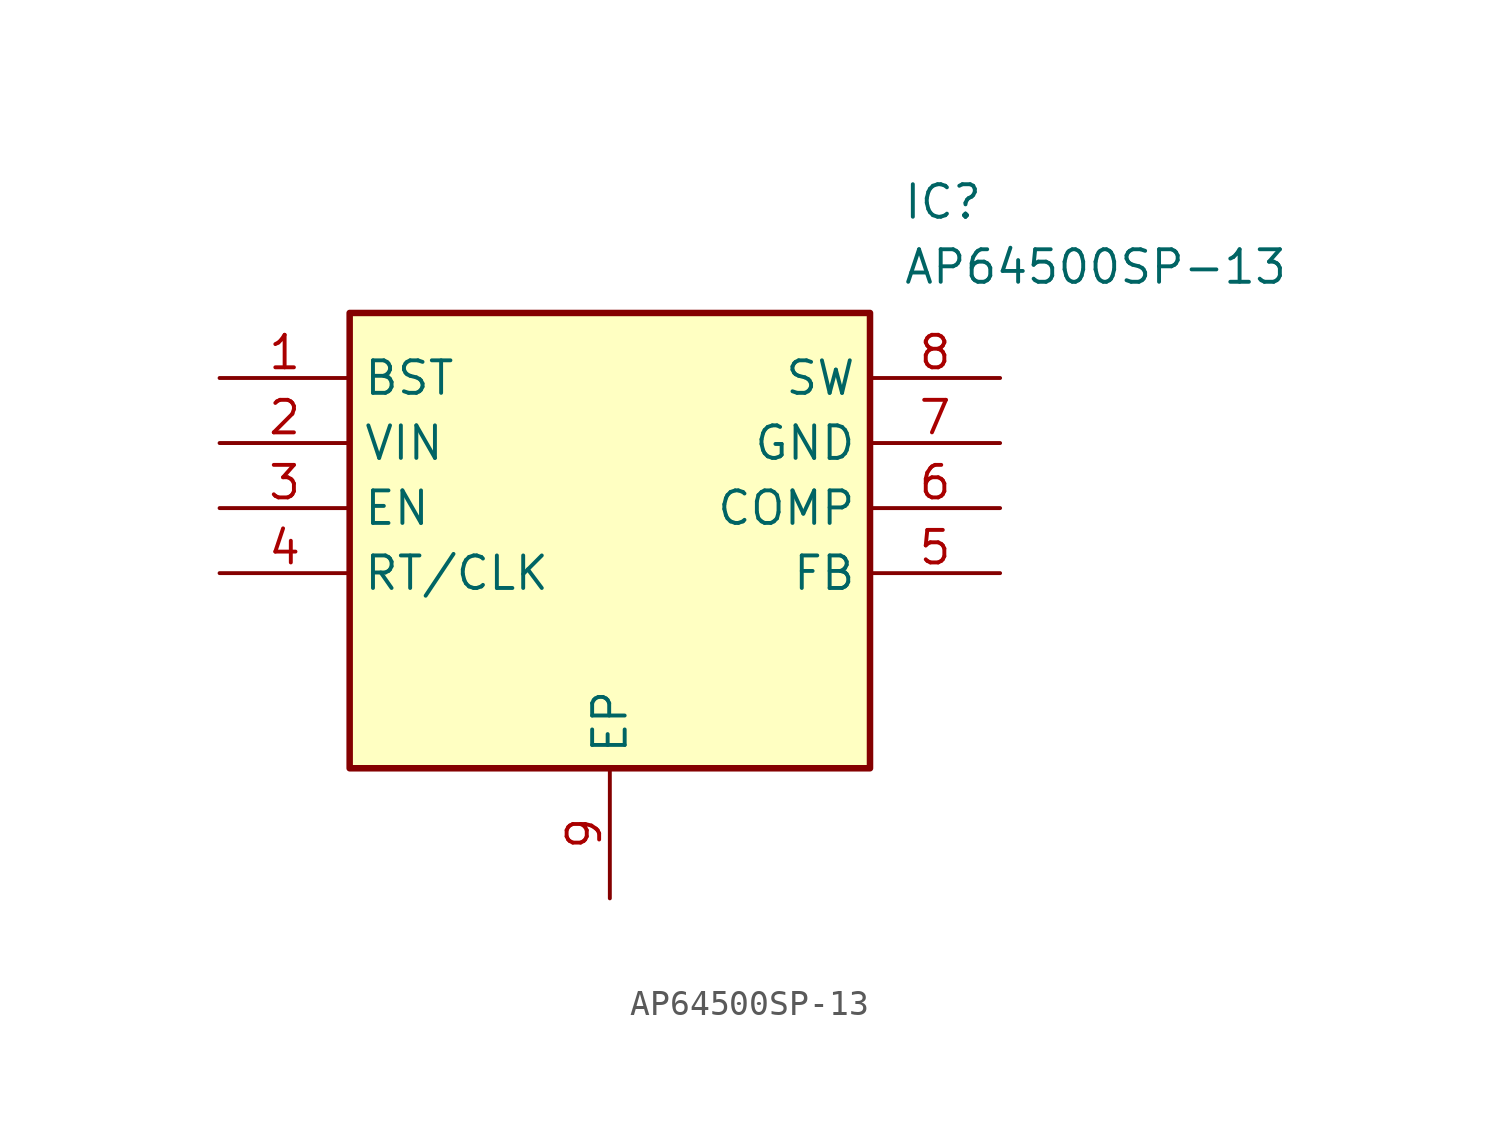
<source format=kicad_sym>
(kicad_symbol_lib
  (version 20211014)
  (generator SamacSys_ECAD_Model)
  (symbol "AP64500SP-13"
    (property "Reference" "IC"
      (at 26.67 7.62 0)
      (effects (font (size 1.27 1.27)) (justify left top)))
    (property "Value" "AP64500SP-13"
      (at 26.67 5.08 0)
      (effects (font (size 1.27 1.27)) (justify left top)))
    (rectangle
      (start 5.08 2.54)
      (end 25.4 -15.24)
      (stroke (width 0.254) (type default))
      (fill (type background)))
    (pin passive line
      (at 0 0 0)
      (length 5.08)
      (name "BST" (effects (font (size 1.27 1.27))))
      (number "1" (effects (font (size 1.27 1.27)))))
    (pin passive line
      (at 0 -2.54 0)
      (length 5.08)
      (name "VIN" (effects (font (size 1.27 1.27))))
      (number "2" (effects (font (size 1.27 1.27)))))
    (pin passive line
      (at 0 -5.08 0)
      (length 5.08)
      (name "EN" (effects (font (size 1.27 1.27))))
      (number "3" (effects (font (size 1.27 1.27)))))
    (pin passive line
      (at 0 -7.62 0)
      (length 5.08)
      (name "RT/CLK" (effects (font (size 1.27 1.27))))
      (number "4" (effects (font (size 1.27 1.27)))))
    (pin passive line
      (at 15.24 -20.32 90)
      (length 5.08)
      (name "EP" (effects (font (size 1.27 1.27))))
      (number "9" (effects (font (size 1.27 1.27)))))
    (pin passive line
      (at 30.48 0 180)
      (length 5.08)
      (name "SW" (effects (font (size 1.27 1.27))))
      (number "8" (effects (font (size 1.27 1.27)))))
    (pin passive line
      (at 30.48 -2.54 180)
      (length 5.08)
      (name "GND" (effects (font (size 1.27 1.27))))
      (number "7" (effects (font (size 1.27 1.27)))))
    (pin passive line
      (at 30.48 -5.08 180)
      (length 5.08)
      (name "COMP" (effects (font (size 1.27 1.27))))
      (number "6" (effects (font (size 1.27 1.27)))))
    (pin passive line
      (at 30.48 -7.62 180)
      (length 5.08)
      (name "FB" (effects (font (size 1.27 1.27))))
      (number "5" (effects (font (size 1.27 1.27)))))))
</source>
